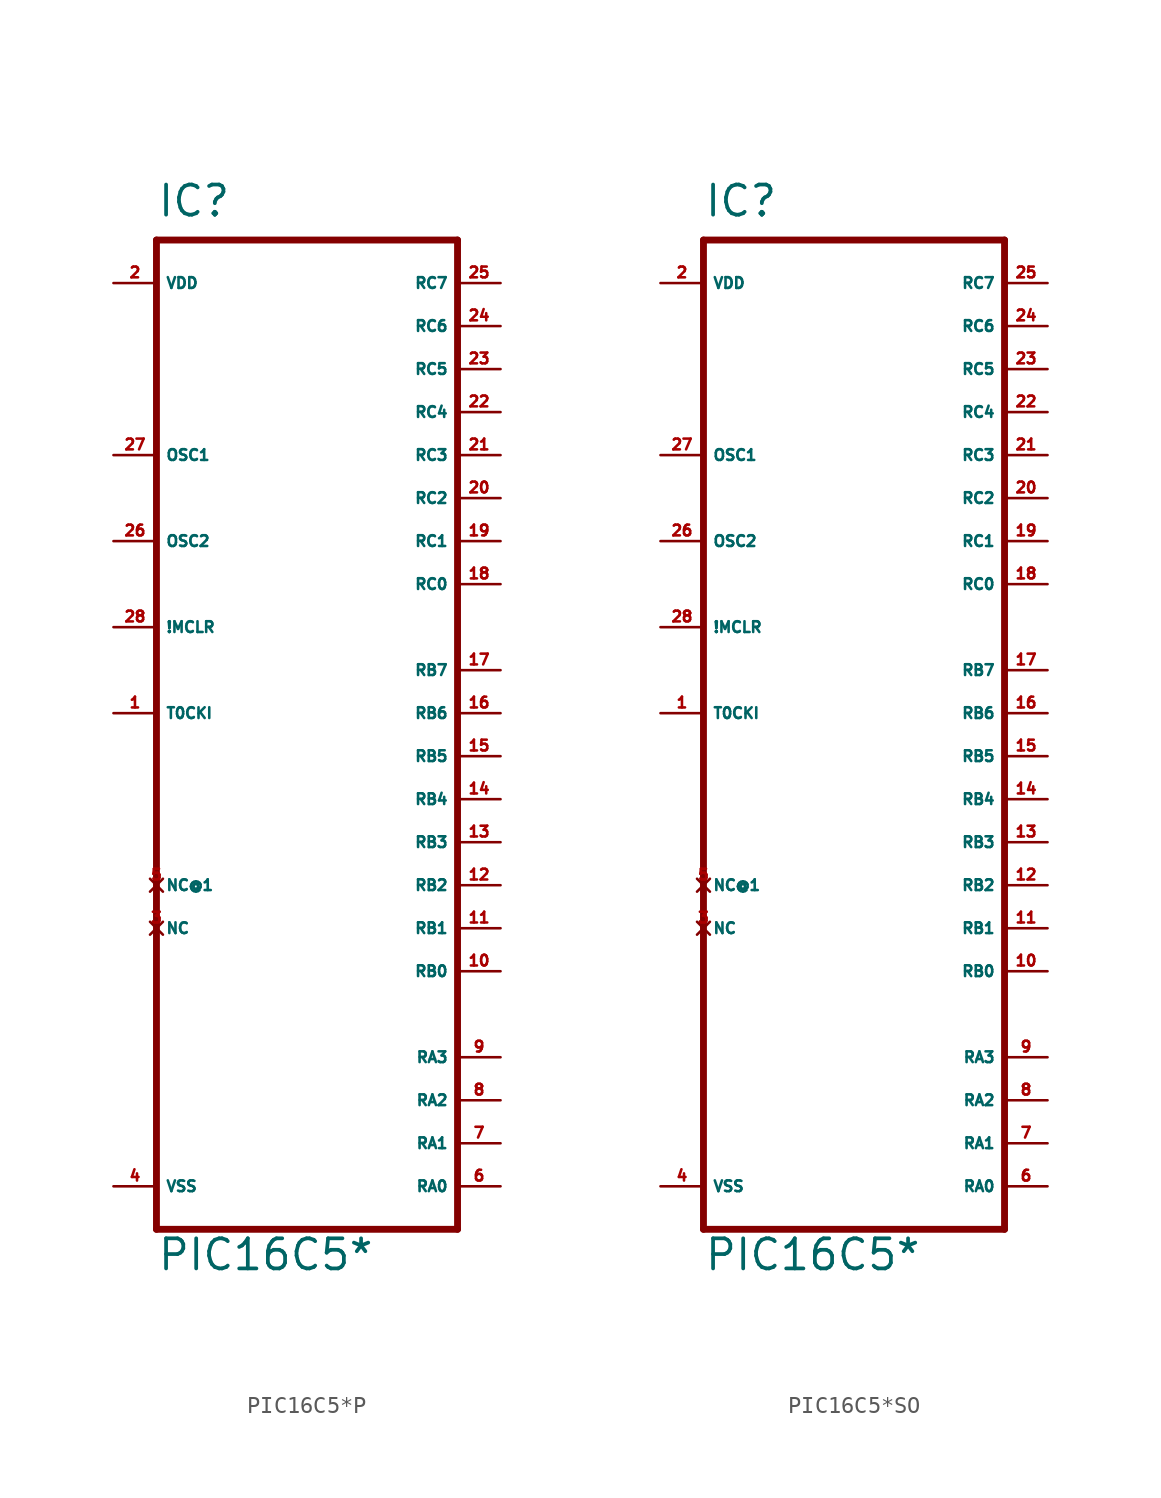
<source format=kicad_sym>
(kicad_symbol_lib
  (version 20220914)
  (generator Eagle2Kicad)
  (symbol "PIC16C5*P"
    (property "Reference" "IC"
      (at -7.62 26.67 0)
      (effects (font (size 1.778 1.778) (thickness 0.22)) (justify left bottom)))
    (property "Value" "PIC16C5*"
      (at -7.62 -35.56 0)
      (effects (font (size 1.778 1.778) (thickness 0.22)) (justify left bottom)))
    (polyline
      (pts (xy -7.62 -33.02) (xy 10.16 -33.02))
      (stroke (width 0.406) (type default))
      (fill (type none)))
    (polyline
      (pts (xy 10.16 -33.02) (xy 10.16 25.4))
      (stroke (width 0.406) (type default))
      (fill (type none)))
    (polyline
      (pts (xy 10.16 25.4) (xy -7.62 25.4))
      (stroke (width 0.406) (type default))
      (fill (type none)))
    (polyline
      (pts (xy -7.62 25.4) (xy -7.62 -33.02))
      (stroke (width 0.406) (type default))
      (fill (type none)))
    (pin input line
      (at -10.16 -2.54 0)
      (length 2.54)
      (name "T0CKI" (effects (font (size 0.635 0.635) (thickness 0.08)) (justify left bottom)))
      (number "1" (effects (font (size 0.635 0.635) (thickness 0.08)) (justify left bottom))))
    (pin input line
      (at -10.16 2.54 0)
      (length 2.54)
      (name "!MCLR" (effects (font (size 0.635 0.635) (thickness 0.08)) (justify left bottom)))
      (number "28" (effects (font (size 0.635 0.635) (thickness 0.08)) (justify left bottom))))
    (pin input line
      (at -10.16 12.7 0)
      (length 2.54)
      (name "OSC1" (effects (font (size 0.635 0.635) (thickness 0.08)) (justify left bottom)))
      (number "27" (effects (font (size 0.635 0.635) (thickness 0.08)) (justify left bottom))))
    (pin bidirectional line
      (at 12.7 -30.48 180)
      (length 2.54)
      (name "RA0" (effects (font (size 0.635 0.635) (thickness 0.08)) (justify left bottom)))
      (number "6" (effects (font (size 0.635 0.635) (thickness 0.08)) (justify left bottom))))
    (pin bidirectional line
      (at 12.7 -27.94 180)
      (length 2.54)
      (name "RA1" (effects (font (size 0.635 0.635) (thickness 0.08)) (justify left bottom)))
      (number "7" (effects (font (size 0.635 0.635) (thickness 0.08)) (justify left bottom))))
    (pin bidirectional line
      (at 12.7 -25.4 180)
      (length 2.54)
      (name "RA2" (effects (font (size 0.635 0.635) (thickness 0.08)) (justify left bottom)))
      (number "8" (effects (font (size 0.635 0.635) (thickness 0.08)) (justify left bottom))))
    (pin bidirectional line
      (at 12.7 -22.86 180)
      (length 2.54)
      (name "RA3" (effects (font (size 0.635 0.635) (thickness 0.08)) (justify left bottom)))
      (number "9" (effects (font (size 0.635 0.635) (thickness 0.08)) (justify left bottom))))
    (pin bidirectional line
      (at 12.7 -17.78 180)
      (length 2.54)
      (name "RB0" (effects (font (size 0.635 0.635) (thickness 0.08)) (justify left bottom)))
      (number "10" (effects (font (size 0.635 0.635) (thickness 0.08)) (justify left bottom))))
    (pin bidirectional line
      (at 12.7 -15.24 180)
      (length 2.54)
      (name "RB1" (effects (font (size 0.635 0.635) (thickness 0.08)) (justify left bottom)))
      (number "11" (effects (font (size 0.635 0.635) (thickness 0.08)) (justify left bottom))))
    (pin bidirectional line
      (at 12.7 -12.7 180)
      (length 2.54)
      (name "RB2" (effects (font (size 0.635 0.635) (thickness 0.08)) (justify left bottom)))
      (number "12" (effects (font (size 0.635 0.635) (thickness 0.08)) (justify left bottom))))
    (pin bidirectional line
      (at 12.7 -10.16 180)
      (length 2.54)
      (name "RB3" (effects (font (size 0.635 0.635) (thickness 0.08)) (justify left bottom)))
      (number "13" (effects (font (size 0.635 0.635) (thickness 0.08)) (justify left bottom))))
    (pin bidirectional line
      (at 12.7 -7.62 180)
      (length 2.54)
      (name "RB4" (effects (font (size 0.635 0.635) (thickness 0.08)) (justify left bottom)))
      (number "14" (effects (font (size 0.635 0.635) (thickness 0.08)) (justify left bottom))))
    (pin bidirectional line
      (at 12.7 -5.08 180)
      (length 2.54)
      (name "RB5" (effects (font (size 0.635 0.635) (thickness 0.08)) (justify left bottom)))
      (number "15" (effects (font (size 0.635 0.635) (thickness 0.08)) (justify left bottom))))
    (pin bidirectional line
      (at 12.7 -2.54 180)
      (length 2.54)
      (name "RB6" (effects (font (size 0.635 0.635) (thickness 0.08)) (justify left bottom)))
      (number "16" (effects (font (size 0.635 0.635) (thickness 0.08)) (justify left bottom))))
    (pin bidirectional line
      (at 12.7 0 180)
      (length 2.54)
      (name "RB7" (effects (font (size 0.635 0.635) (thickness 0.08)) (justify left bottom)))
      (number "17" (effects (font (size 0.635 0.635) (thickness 0.08)) (justify left bottom))))
    (pin bidirectional line
      (at 12.7 5.08 180)
      (length 2.54)
      (name "RC0" (effects (font (size 0.635 0.635) (thickness 0.08)) (justify left bottom)))
      (number "18" (effects (font (size 0.635 0.635) (thickness 0.08)) (justify left bottom))))
    (pin bidirectional line
      (at 12.7 7.62 180)
      (length 2.54)
      (name "RC1" (effects (font (size 0.635 0.635) (thickness 0.08)) (justify left bottom)))
      (number "19" (effects (font (size 0.635 0.635) (thickness 0.08)) (justify left bottom))))
    (pin bidirectional line
      (at 12.7 10.16 180)
      (length 2.54)
      (name "RC2" (effects (font (size 0.635 0.635) (thickness 0.08)) (justify left bottom)))
      (number "20" (effects (font (size 0.635 0.635) (thickness 0.08)) (justify left bottom))))
    (pin bidirectional line
      (at 12.7 12.7 180)
      (length 2.54)
      (name "RC3" (effects (font (size 0.635 0.635) (thickness 0.08)) (justify left bottom)))
      (number "21" (effects (font (size 0.635 0.635) (thickness 0.08)) (justify left bottom))))
    (pin bidirectional line
      (at 12.7 15.24 180)
      (length 2.54)
      (name "RC4" (effects (font (size 0.635 0.635) (thickness 0.08)) (justify left bottom)))
      (number "22" (effects (font (size 0.635 0.635) (thickness 0.08)) (justify left bottom))))
    (pin bidirectional line
      (at 12.7 17.78 180)
      (length 2.54)
      (name "RC5" (effects (font (size 0.635 0.635) (thickness 0.08)) (justify left bottom)))
      (number "23" (effects (font (size 0.635 0.635) (thickness 0.08)) (justify left bottom))))
    (pin bidirectional line
      (at 12.7 20.32 180)
      (length 2.54)
      (name "RC6" (effects (font (size 0.635 0.635) (thickness 0.08)) (justify left bottom)))
      (number "24" (effects (font (size 0.635 0.635) (thickness 0.08)) (justify left bottom))))
    (pin bidirectional line
      (at 12.7 22.86 180)
      (length 2.54)
      (name "RC7" (effects (font (size 0.635 0.635) (thickness 0.08)) (justify left bottom)))
      (number "25" (effects (font (size 0.635 0.635) (thickness 0.08)) (justify left bottom))))
    (pin output line
      (at -10.16 7.62 0)
      (length 2.54)
      (name "OSC2" (effects (font (size 0.635 0.635) (thickness 0.08)) (justify left bottom)))
      (number "26" (effects (font (size 0.635 0.635) (thickness 0.08)) (justify left bottom))))
    (pin no_connect line
      (at -7.62 -15.24 0)
      (length 0)
      (name "NC" (effects (font (size 0.635 0.635) (thickness 0.08)) (justify left bottom) hide))
      (number "3" (effects (font (size 0.635 0.635) (thickness 0.08)) (justify left bottom) hide)))
    (pin unspecified line
      (at -10.16 -30.48 0)
      (length 2.54)
      (name "VSS" (effects (font (size 0.635 0.635) (thickness 0.08)) (justify left bottom)))
      (number "4" (effects (font (size 0.635 0.635) (thickness 0.08)) (justify left bottom))))
    (pin unspecified line
      (at -10.16 22.86 0)
      (length 2.54)
      (name "VDD" (effects (font (size 0.635 0.635) (thickness 0.08)) (justify left bottom)))
      (number "2" (effects (font (size 0.635 0.635) (thickness 0.08)) (justify left bottom))))
    (pin no_connect line
      (at -7.62 -12.7 0)
      (length 0)
      (name "NC@1" (effects (font (size 0.635 0.635) (thickness 0.08)) (justify left bottom) hide))
      (number "5" (effects (font (size 0.635 0.635) (thickness 0.08)) (justify left bottom) hide))))
  (symbol "PIC16C5*SO"
    (property "Reference" "IC"
      (at -7.62 26.67 0)
      (effects (font (size 1.778 1.778) (thickness 0.22)) (justify left bottom)))
    (property "Value" "PIC16C5*"
      (at -7.62 -35.56 0)
      (effects (font (size 1.778 1.778) (thickness 0.22)) (justify left bottom)))
    (polyline
      (pts (xy -7.62 -33.02) (xy 10.16 -33.02))
      (stroke (width 0.406) (type default))
      (fill (type none)))
    (polyline
      (pts (xy 10.16 -33.02) (xy 10.16 25.4))
      (stroke (width 0.406) (type default))
      (fill (type none)))
    (polyline
      (pts (xy 10.16 25.4) (xy -7.62 25.4))
      (stroke (width 0.406) (type default))
      (fill (type none)))
    (polyline
      (pts (xy -7.62 25.4) (xy -7.62 -33.02))
      (stroke (width 0.406) (type default))
      (fill (type none)))
    (pin input line
      (at -10.16 -2.54 0)
      (length 2.54)
      (name "T0CKI" (effects (font (size 0.635 0.635) (thickness 0.08)) (justify left bottom)))
      (number "1" (effects (font (size 0.635 0.635) (thickness 0.08)) (justify left bottom))))
    (pin input line
      (at -10.16 2.54 0)
      (length 2.54)
      (name "!MCLR" (effects (font (size 0.635 0.635) (thickness 0.08)) (justify left bottom)))
      (number "28" (effects (font (size 0.635 0.635) (thickness 0.08)) (justify left bottom))))
    (pin input line
      (at -10.16 12.7 0)
      (length 2.54)
      (name "OSC1" (effects (font (size 0.635 0.635) (thickness 0.08)) (justify left bottom)))
      (number "27" (effects (font (size 0.635 0.635) (thickness 0.08)) (justify left bottom))))
    (pin bidirectional line
      (at 12.7 -30.48 180)
      (length 2.54)
      (name "RA0" (effects (font (size 0.635 0.635) (thickness 0.08)) (justify left bottom)))
      (number "6" (effects (font (size 0.635 0.635) (thickness 0.08)) (justify left bottom))))
    (pin bidirectional line
      (at 12.7 -27.94 180)
      (length 2.54)
      (name "RA1" (effects (font (size 0.635 0.635) (thickness 0.08)) (justify left bottom)))
      (number "7" (effects (font (size 0.635 0.635) (thickness 0.08)) (justify left bottom))))
    (pin bidirectional line
      (at 12.7 -25.4 180)
      (length 2.54)
      (name "RA2" (effects (font (size 0.635 0.635) (thickness 0.08)) (justify left bottom)))
      (number "8" (effects (font (size 0.635 0.635) (thickness 0.08)) (justify left bottom))))
    (pin bidirectional line
      (at 12.7 -22.86 180)
      (length 2.54)
      (name "RA3" (effects (font (size 0.635 0.635) (thickness 0.08)) (justify left bottom)))
      (number "9" (effects (font (size 0.635 0.635) (thickness 0.08)) (justify left bottom))))
    (pin bidirectional line
      (at 12.7 -17.78 180)
      (length 2.54)
      (name "RB0" (effects (font (size 0.635 0.635) (thickness 0.08)) (justify left bottom)))
      (number "10" (effects (font (size 0.635 0.635) (thickness 0.08)) (justify left bottom))))
    (pin bidirectional line
      (at 12.7 -15.24 180)
      (length 2.54)
      (name "RB1" (effects (font (size 0.635 0.635) (thickness 0.08)) (justify left bottom)))
      (number "11" (effects (font (size 0.635 0.635) (thickness 0.08)) (justify left bottom))))
    (pin bidirectional line
      (at 12.7 -12.7 180)
      (length 2.54)
      (name "RB2" (effects (font (size 0.635 0.635) (thickness 0.08)) (justify left bottom)))
      (number "12" (effects (font (size 0.635 0.635) (thickness 0.08)) (justify left bottom))))
    (pin bidirectional line
      (at 12.7 -10.16 180)
      (length 2.54)
      (name "RB3" (effects (font (size 0.635 0.635) (thickness 0.08)) (justify left bottom)))
      (number "13" (effects (font (size 0.635 0.635) (thickness 0.08)) (justify left bottom))))
    (pin bidirectional line
      (at 12.7 -7.62 180)
      (length 2.54)
      (name "RB4" (effects (font (size 0.635 0.635) (thickness 0.08)) (justify left bottom)))
      (number "14" (effects (font (size 0.635 0.635) (thickness 0.08)) (justify left bottom))))
    (pin bidirectional line
      (at 12.7 -5.08 180)
      (length 2.54)
      (name "RB5" (effects (font (size 0.635 0.635) (thickness 0.08)) (justify left bottom)))
      (number "15" (effects (font (size 0.635 0.635) (thickness 0.08)) (justify left bottom))))
    (pin bidirectional line
      (at 12.7 -2.54 180)
      (length 2.54)
      (name "RB6" (effects (font (size 0.635 0.635) (thickness 0.08)) (justify left bottom)))
      (number "16" (effects (font (size 0.635 0.635) (thickness 0.08)) (justify left bottom))))
    (pin bidirectional line
      (at 12.7 0 180)
      (length 2.54)
      (name "RB7" (effects (font (size 0.635 0.635) (thickness 0.08)) (justify left bottom)))
      (number "17" (effects (font (size 0.635 0.635) (thickness 0.08)) (justify left bottom))))
    (pin bidirectional line
      (at 12.7 5.08 180)
      (length 2.54)
      (name "RC0" (effects (font (size 0.635 0.635) (thickness 0.08)) (justify left bottom)))
      (number "18" (effects (font (size 0.635 0.635) (thickness 0.08)) (justify left bottom))))
    (pin bidirectional line
      (at 12.7 7.62 180)
      (length 2.54)
      (name "RC1" (effects (font (size 0.635 0.635) (thickness 0.08)) (justify left bottom)))
      (number "19" (effects (font (size 0.635 0.635) (thickness 0.08)) (justify left bottom))))
    (pin bidirectional line
      (at 12.7 10.16 180)
      (length 2.54)
      (name "RC2" (effects (font (size 0.635 0.635) (thickness 0.08)) (justify left bottom)))
      (number "20" (effects (font (size 0.635 0.635) (thickness 0.08)) (justify left bottom))))
    (pin bidirectional line
      (at 12.7 12.7 180)
      (length 2.54)
      (name "RC3" (effects (font (size 0.635 0.635) (thickness 0.08)) (justify left bottom)))
      (number "21" (effects (font (size 0.635 0.635) (thickness 0.08)) (justify left bottom))))
    (pin bidirectional line
      (at 12.7 15.24 180)
      (length 2.54)
      (name "RC4" (effects (font (size 0.635 0.635) (thickness 0.08)) (justify left bottom)))
      (number "22" (effects (font (size 0.635 0.635) (thickness 0.08)) (justify left bottom))))
    (pin bidirectional line
      (at 12.7 17.78 180)
      (length 2.54)
      (name "RC5" (effects (font (size 0.635 0.635) (thickness 0.08)) (justify left bottom)))
      (number "23" (effects (font (size 0.635 0.635) (thickness 0.08)) (justify left bottom))))
    (pin bidirectional line
      (at 12.7 20.32 180)
      (length 2.54)
      (name "RC6" (effects (font (size 0.635 0.635) (thickness 0.08)) (justify left bottom)))
      (number "24" (effects (font (size 0.635 0.635) (thickness 0.08)) (justify left bottom))))
    (pin bidirectional line
      (at 12.7 22.86 180)
      (length 2.54)
      (name "RC7" (effects (font (size 0.635 0.635) (thickness 0.08)) (justify left bottom)))
      (number "25" (effects (font (size 0.635 0.635) (thickness 0.08)) (justify left bottom))))
    (pin output line
      (at -10.16 7.62 0)
      (length 2.54)
      (name "OSC2" (effects (font (size 0.635 0.635) (thickness 0.08)) (justify left bottom)))
      (number "26" (effects (font (size 0.635 0.635) (thickness 0.08)) (justify left bottom))))
    (pin no_connect line
      (at -7.62 -15.24 0)
      (length 0)
      (name "NC" (effects (font (size 0.635 0.635) (thickness 0.08)) (justify left bottom) hide))
      (number "3" (effects (font (size 0.635 0.635) (thickness 0.08)) (justify left bottom) hide)))
    (pin unspecified line
      (at -10.16 -30.48 0)
      (length 2.54)
      (name "VSS" (effects (font (size 0.635 0.635) (thickness 0.08)) (justify left bottom)))
      (number "4" (effects (font (size 0.635 0.635) (thickness 0.08)) (justify left bottom))))
    (pin unspecified line
      (at -10.16 22.86 0)
      (length 2.54)
      (name "VDD" (effects (font (size 0.635 0.635) (thickness 0.08)) (justify left bottom)))
      (number "2" (effects (font (size 0.635 0.635) (thickness 0.08)) (justify left bottom))))
    (pin no_connect line
      (at -7.62 -12.7 0)
      (length 0)
      (name "NC@1" (effects (font (size 0.635 0.635) (thickness 0.08)) (justify left bottom) hide))
      (number "5" (effects (font (size 0.635 0.635) (thickness 0.08)) (justify left bottom) hide)))))
</source>
